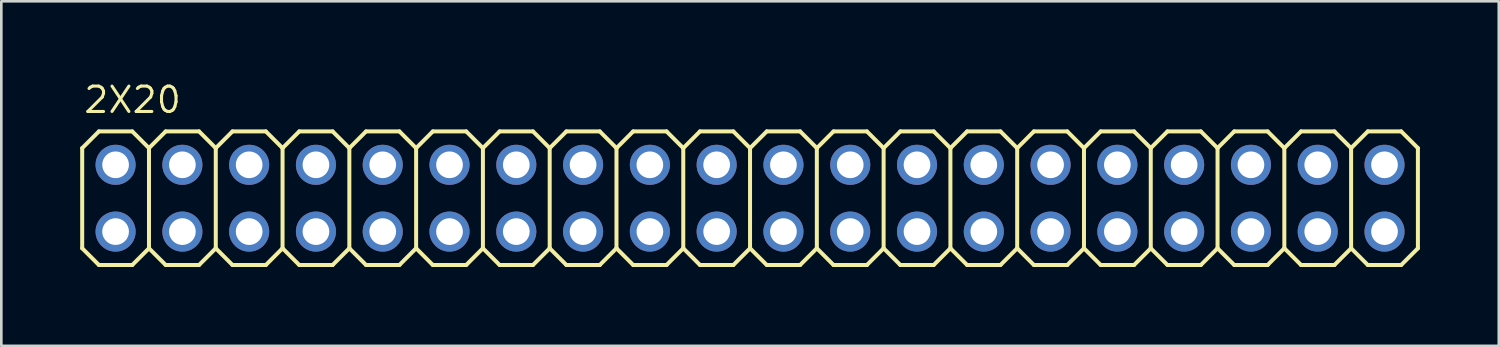
<source format=kicad_pcb>
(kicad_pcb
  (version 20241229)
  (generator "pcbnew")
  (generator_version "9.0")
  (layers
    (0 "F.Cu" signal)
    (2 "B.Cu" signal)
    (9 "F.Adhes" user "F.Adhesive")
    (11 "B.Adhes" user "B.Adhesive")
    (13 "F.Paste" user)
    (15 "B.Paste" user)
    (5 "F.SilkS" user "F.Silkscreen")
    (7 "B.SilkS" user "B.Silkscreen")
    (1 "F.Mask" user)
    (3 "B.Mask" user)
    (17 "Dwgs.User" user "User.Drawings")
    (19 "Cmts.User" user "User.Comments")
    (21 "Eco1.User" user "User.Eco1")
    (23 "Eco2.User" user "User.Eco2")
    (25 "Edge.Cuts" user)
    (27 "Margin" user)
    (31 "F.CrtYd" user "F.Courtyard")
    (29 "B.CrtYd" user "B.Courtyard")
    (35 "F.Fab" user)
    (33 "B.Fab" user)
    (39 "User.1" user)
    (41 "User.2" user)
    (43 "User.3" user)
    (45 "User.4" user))
  (footprint "2X20"
    (layer "F.Cu")
    (at 25.476 4.488)
    (property "Reference" "2X20" (at -25.4 -3.175 180) (layer "F.SilkS") (effects (font (size 0.965 0.965) (thickness 0.116)) (justify left bottom)))
    (attr through_hole)
    (fp_line (start -25.4 -1.905) (end -24.765 -2.54) (stroke (width 0.152) (type solid)) (layer "F.SilkS"))
    (fp_line (start -25.4 1.905) (end -25.4 -1.905) (stroke (width 0.152) (type solid)) (layer "F.SilkS"))
    (fp_line (start -25.4 1.905) (end -24.765 2.54) (stroke (width 0.152) (type solid)) (layer "F.SilkS"))
    (fp_line (start -24.765 -2.54) (end -23.495 -2.54) (stroke (width 0.152) (type solid)) (layer "F.SilkS"))
    (fp_line (start -24.765 2.54) (end -23.495 2.54) (stroke (width 0.152) (type solid)) (layer "F.SilkS"))
    (fp_line (start -23.495 -2.54) (end -22.86 -1.905) (stroke (width 0.152) (type solid)) (layer "F.SilkS"))
    (fp_line (start -23.495 2.54) (end -22.86 1.905) (stroke (width 0.152) (type solid)) (layer "F.SilkS"))
    (fp_line (start -22.86 -1.905) (end -22.86 1.905) (stroke (width 0.152) (type solid)) (layer "F.SilkS"))
    (fp_line (start -22.86 -1.905) (end -22.225 -2.54) (stroke (width 0.152) (type solid)) (layer "F.SilkS"))
    (fp_line (start -22.86 1.905) (end -22.225 2.54) (stroke (width 0.152) (type solid)) (layer "F.SilkS"))
    (fp_line (start -22.225 -2.54) (end -20.955 -2.54) (stroke (width 0.152) (type solid)) (layer "F.SilkS"))
    (fp_line (start -22.225 2.54) (end -20.955 2.54) (stroke (width 0.152) (type solid)) (layer "F.SilkS"))
    (fp_line (start -20.955 -2.54) (end -20.32 -1.905) (stroke (width 0.152) (type solid)) (layer "F.SilkS"))
    (fp_line (start -20.955 2.54) (end -20.32 1.905) (stroke (width 0.152) (type solid)) (layer "F.SilkS"))
    (fp_line (start -20.32 -1.905) (end -20.32 1.905) (stroke (width 0.152) (type solid)) (layer "F.SilkS"))
    (fp_line (start -20.32 -1.905) (end -19.685 -2.54) (stroke (width 0.152) (type solid)) (layer "F.SilkS"))
    (fp_line (start -20.32 1.905) (end -19.685 2.54) (stroke (width 0.152) (type solid)) (layer "F.SilkS"))
    (fp_line (start -19.685 -2.54) (end -18.415 -2.54) (stroke (width 0.152) (type solid)) (layer "F.SilkS"))
    (fp_line (start -19.685 2.54) (end -18.415 2.54) (stroke (width 0.152) (type solid)) (layer "F.SilkS"))
    (fp_line (start -18.415 -2.54) (end -17.78 -1.905) (stroke (width 0.152) (type solid)) (layer "F.SilkS"))
    (fp_line (start -18.415 2.54) (end -17.78 1.905) (stroke (width 0.152) (type solid)) (layer "F.SilkS"))
    (fp_line (start -17.78 -1.905) (end -17.78 1.905) (stroke (width 0.152) (type solid)) (layer "F.SilkS"))
    (fp_line (start -17.78 -1.905) (end -17.145 -2.54) (stroke (width 0.152) (type solid)) (layer "F.SilkS"))
    (fp_line (start -17.78 1.905) (end -17.145 2.54) (stroke (width 0.152) (type solid)) (layer "F.SilkS"))
    (fp_line (start -17.145 -2.54) (end -15.875 -2.54) (stroke (width 0.152) (type solid)) (layer "F.SilkS"))
    (fp_line (start -17.145 2.54) (end -15.875 2.54) (stroke (width 0.152) (type solid)) (layer "F.SilkS"))
    (fp_line (start -15.875 -2.54) (end -15.24 -1.905) (stroke (width 0.152) (type solid)) (layer "F.SilkS"))
    (fp_line (start -15.875 2.54) (end -15.24 1.905) (stroke (width 0.152) (type solid)) (layer "F.SilkS"))
    (fp_line (start -15.24 -1.905) (end -15.24 1.905) (stroke (width 0.152) (type solid)) (layer "F.SilkS"))
    (fp_line (start -15.24 -1.905) (end -14.605 -2.54) (stroke (width 0.152) (type solid)) (layer "F.SilkS"))
    (fp_line (start -15.24 1.905) (end -14.605 2.54) (stroke (width 0.152) (type solid)) (layer "F.SilkS"))
    (fp_line (start -14.605 -2.54) (end -13.335 -2.54) (stroke (width 0.152) (type solid)) (layer "F.SilkS"))
    (fp_line (start -14.605 2.54) (end -13.335 2.54) (stroke (width 0.152) (type solid)) (layer "F.SilkS"))
    (fp_line (start -13.335 -2.54) (end -12.7 -1.905) (stroke (width 0.152) (type solid)) (layer "F.SilkS"))
    (fp_line (start -13.335 2.54) (end -12.7 1.905) (stroke (width 0.152) (type solid)) (layer "F.SilkS"))
    (fp_line (start -12.7 -1.905) (end -12.7 1.905) (stroke (width 0.152) (type solid)) (layer "F.SilkS"))
    (fp_line (start -12.7 -1.905) (end -12.065 -2.54) (stroke (width 0.152) (type solid)) (layer "F.SilkS"))
    (fp_line (start -12.7 1.905) (end -12.065 2.54) (stroke (width 0.152) (type solid)) (layer "F.SilkS"))
    (fp_line (start -12.065 -2.54) (end -10.795 -2.54) (stroke (width 0.152) (type solid)) (layer "F.SilkS"))
    (fp_line (start -12.065 2.54) (end -10.795 2.54) (stroke (width 0.152) (type solid)) (layer "F.SilkS"))
    (fp_line (start -10.795 -2.54) (end -10.16 -1.905) (stroke (width 0.152) (type solid)) (layer "F.SilkS"))
    (fp_line (start -10.795 2.54) (end -10.16 1.905) (stroke (width 0.152) (type solid)) (layer "F.SilkS"))
    (fp_line (start -10.16 -1.905) (end -10.16 1.905) (stroke (width 0.152) (type solid)) (layer "F.SilkS"))
    (fp_line (start -10.16 -1.905) (end -9.525 -2.54) (stroke (width 0.152) (type solid)) (layer "F.SilkS"))
    (fp_line (start -10.16 1.905) (end -9.525 2.54) (stroke (width 0.152) (type solid)) (layer "F.SilkS"))
    (fp_line (start -9.525 -2.54) (end -8.255 -2.54) (stroke (width 0.152) (type solid)) (layer "F.SilkS"))
    (fp_line (start -8.255 -2.54) (end -7.62 -1.905) (stroke (width 0.152) (type solid)) (layer "F.SilkS"))
    (fp_line (start -8.255 2.54) (end -9.525 2.54) (stroke (width 0.152) (type solid)) (layer "F.SilkS"))
    (fp_line (start -7.62 -1.905) (end -7.62 1.905) (stroke (width 0.152) (type solid)) (layer "F.SilkS"))
    (fp_line (start -7.62 -1.905) (end -6.985 -2.54) (stroke (width 0.152) (type solid)) (layer "F.SilkS"))
    (fp_line (start -7.62 1.905) (end -8.255 2.54) (stroke (width 0.152) (type solid)) (layer "F.SilkS"))
    (fp_line (start -7.62 1.905) (end -6.985 2.54) (stroke (width 0.152) (type solid)) (layer "F.SilkS"))
    (fp_line (start -6.985 -2.54) (end -5.715 -2.54) (stroke (width 0.152) (type solid)) (layer "F.SilkS"))
    (fp_line (start -5.715 -2.54) (end -5.08 -1.905) (stroke (width 0.152) (type solid)) (layer "F.SilkS"))
    (fp_line (start -5.715 2.54) (end -6.985 2.54) (stroke (width 0.152) (type solid)) (layer "F.SilkS"))
    (fp_line (start -5.08 -1.905) (end -5.08 1.905) (stroke (width 0.152) (type solid)) (layer "F.SilkS"))
    (fp_line (start -5.08 -1.905) (end -4.445 -2.54) (stroke (width 0.152) (type solid)) (layer "F.SilkS"))
    (fp_line (start -5.08 1.905) (end -5.715 2.54) (stroke (width 0.152) (type solid)) (layer "F.SilkS"))
    (fp_line (start -5.08 1.905) (end -4.445 2.54) (stroke (width 0.152) (type solid)) (layer "F.SilkS"))
    (fp_line (start -4.445 -2.54) (end -3.175 -2.54) (stroke (width 0.152) (type solid)) (layer "F.SilkS"))
    (fp_line (start -3.175 -2.54) (end -2.54 -1.905) (stroke (width 0.152) (type solid)) (layer "F.SilkS"))
    (fp_line (start -3.175 2.54) (end -4.445 2.54) (stroke (width 0.152) (type solid)) (layer "F.SilkS"))
    (fp_line (start -2.54 -1.905) (end -2.54 1.905) (stroke (width 0.152) (type solid)) (layer "F.SilkS"))
    (fp_line (start -2.54 -1.905) (end -1.905 -2.54) (stroke (width 0.152) (type solid)) (layer "F.SilkS"))
    (fp_line (start -2.54 1.905) (end -3.175 2.54) (stroke (width 0.152) (type solid)) (layer "F.SilkS"))
    (fp_line (start -2.54 1.905) (end -1.905 2.54) (stroke (width 0.152) (type solid)) (layer "F.SilkS"))
    (fp_line (start -1.905 -2.54) (end -0.635 -2.54) (stroke (width 0.152) (type solid)) (layer "F.SilkS"))
    (fp_line (start -0.635 -2.54) (end 0 -1.905) (stroke (width 0.152) (type solid)) (layer "F.SilkS"))
    (fp_line (start -0.635 2.54) (end -1.905 2.54) (stroke (width 0.152) (type solid)) (layer "F.SilkS"))
    (fp_line (start 0 -1.905) (end 0 1.905) (stroke (width 0.152) (type solid)) (layer "F.SilkS"))
    (fp_line (start 0 -1.905) (end 0.635 -2.54) (stroke (width 0.152) (type solid)) (layer "F.SilkS"))
    (fp_line (start 0 1.905) (end -0.635 2.54) (stroke (width 0.152) (type solid)) (layer "F.SilkS"))
    (fp_line (start 0 1.905) (end 0.635 2.54) (stroke (width 0.152) (type solid)) (layer "F.SilkS"))
    (fp_line (start 0.635 -2.54) (end 1.905 -2.54) (stroke (width 0.152) (type solid)) (layer "F.SilkS"))
    (fp_line (start 1.905 -2.54) (end 2.54 -1.905) (stroke (width 0.152) (type solid)) (layer "F.SilkS"))
    (fp_line (start 1.905 2.54) (end 0.635 2.54) (stroke (width 0.152) (type solid)) (layer "F.SilkS"))
    (fp_line (start 2.54 -1.905) (end 2.54 1.905) (stroke (width 0.152) (type solid)) (layer "F.SilkS"))
    (fp_line (start 2.54 -1.905) (end 3.175 -2.54) (stroke (width 0.152) (type solid)) (layer "F.SilkS"))
    (fp_line (start 2.54 1.905) (end 1.905 2.54) (stroke (width 0.152) (type solid)) (layer "F.SilkS"))
    (fp_line (start 2.54 1.905) (end 3.175 2.54) (stroke (width 0.152) (type solid)) (layer "F.SilkS"))
    (fp_line (start 3.175 -2.54) (end 4.445 -2.54) (stroke (width 0.152) (type solid)) (layer "F.SilkS"))
    (fp_line (start 4.445 2.54) (end 3.175 2.54) (stroke (width 0.152) (type solid)) (layer "F.SilkS"))
    (fp_line (start 5.08 -1.905) (end 4.445 -2.54) (stroke (width 0.152) (type solid)) (layer "F.SilkS"))
    (fp_line (start 5.08 -1.905) (end 5.08 1.905) (stroke (width 0.152) (type solid)) (layer "F.SilkS"))
    (fp_line (start 5.08 -1.905) (end 5.715 -2.54) (stroke (width 0.152) (type solid)) (layer "F.SilkS"))
    (fp_line (start 5.08 1.905) (end 4.445 2.54) (stroke (width 0.152) (type solid)) (layer "F.SilkS"))
    (fp_line (start 5.08 1.905) (end 5.715 2.54) (stroke (width 0.152) (type solid)) (layer "F.SilkS"))
    (fp_line (start 6.985 -2.54) (end 5.715 -2.54) (stroke (width 0.152) (type solid)) (layer "F.SilkS"))
    (fp_line (start 6.985 -2.54) (end 7.62 -1.905) (stroke (width 0.152) (type solid)) (layer "F.SilkS"))
    (fp_line (start 6.985 2.54) (end 5.715 2.54) (stroke (width 0.152) (type solid)) (layer "F.SilkS"))
    (fp_line (start 7.62 -1.905) (end 7.62 1.905) (stroke (width 0.152) (type solid)) (layer "F.SilkS"))
    (fp_line (start 7.62 -1.905) (end 8.255 -2.54) (stroke (width 0.152) (type solid)) (layer "F.SilkS"))
    (fp_line (start 7.62 1.905) (end 6.985 2.54) (stroke (width 0.152) (type solid)) (layer "F.SilkS"))
    (fp_line (start 7.62 1.905) (end 8.255 2.54) (stroke (width 0.152) (type solid)) (layer "F.SilkS"))
    (fp_line (start 9.525 -2.54) (end 8.255 -2.54) (stroke (width 0.152) (type solid)) (layer "F.SilkS"))
    (fp_line (start 9.525 -2.54) (end 10.16 -1.905) (stroke (width 0.152) (type solid)) (layer "F.SilkS"))
    (fp_line (start 9.525 2.54) (end 8.255 2.54) (stroke (width 0.152) (type solid)) (layer "F.SilkS"))
    (fp_line (start 10.16 -1.905) (end 10.16 1.905) (stroke (width 0.152) (type solid)) (layer "F.SilkS"))
    (fp_line (start 10.16 -1.905) (end 10.795 -2.54) (stroke (width 0.152) (type solid)) (layer "F.SilkS"))
    (fp_line (start 10.16 1.905) (end 9.525 2.54) (stroke (width 0.152) (type solid)) (layer "F.SilkS"))
    (fp_line (start 10.795 2.54) (end 10.16 1.905) (stroke (width 0.152) (type solid)) (layer "F.SilkS"))
    (fp_line (start 10.795 2.54) (end 12.065 2.54) (stroke (width 0.152) (type solid)) (layer "F.SilkS"))
    (fp_line (start 12.065 -2.54) (end 10.795 -2.54) (stroke (width 0.152) (type solid)) (layer "F.SilkS"))
    (fp_line (start 12.065 -2.54) (end 12.7 -1.905) (stroke (width 0.152) (type solid)) (layer "F.SilkS"))
    (fp_line (start 12.7 -1.905) (end 12.7 1.905) (stroke (width 0.152) (type solid)) (layer "F.SilkS"))
    (fp_line (start 12.7 -1.905) (end 13.335 -2.54) (stroke (width 0.152) (type solid)) (layer "F.SilkS"))
    (fp_line (start 12.7 1.905) (end 12.065 2.54) (stroke (width 0.152) (type solid)) (layer "F.SilkS"))
    (fp_line (start 13.335 2.54) (end 12.7 1.905) (stroke (width 0.152) (type solid)) (layer "F.SilkS"))
    (fp_line (start 13.335 2.54) (end 14.605 2.54) (stroke (width 0.152) (type solid)) (layer "F.SilkS"))
    (fp_line (start 14.605 -2.54) (end 13.335 -2.54) (stroke (width 0.152) (type solid)) (layer "F.SilkS"))
    (fp_line (start 14.605 -2.54) (end 15.24 -1.905) (stroke (width 0.152) (type solid)) (layer "F.SilkS"))
    (fp_line (start 15.24 -1.905) (end 15.24 1.905) (stroke (width 0.152) (type solid)) (layer "F.SilkS"))
    (fp_line (start 15.24 -1.905) (end 15.875 -2.54) (stroke (width 0.152) (type solid)) (layer "F.SilkS"))
    (fp_line (start 15.24 1.905) (end 14.605 2.54) (stroke (width 0.152) (type solid)) (layer "F.SilkS"))
    (fp_line (start 15.24 1.905) (end 15.875 2.54) (stroke (width 0.152) (type solid)) (layer "F.SilkS"))
    (fp_line (start 17.145 -2.54) (end 15.875 -2.54) (stroke (width 0.152) (type solid)) (layer "F.SilkS"))
    (fp_line (start 17.145 -2.54) (end 17.78 -1.905) (stroke (width 0.152) (type solid)) (layer "F.SilkS"))
    (fp_line (start 17.145 2.54) (end 15.875 2.54) (stroke (width 0.152) (type solid)) (layer "F.SilkS"))
    (fp_line (start 17.78 -1.905) (end 17.78 1.905) (stroke (width 0.152) (type solid)) (layer "F.SilkS"))
    (fp_line (start 17.78 -1.905) (end 18.415 -2.54) (stroke (width 0.152) (type solid)) (layer "F.SilkS"))
    (fp_line (start 17.78 1.905) (end 17.145 2.54) (stroke (width 0.152) (type solid)) (layer "F.SilkS"))
    (fp_line (start 17.78 1.905) (end 18.415 2.54) (stroke (width 0.152) (type solid)) (layer "F.SilkS"))
    (fp_line (start 19.685 -2.54) (end 18.415 -2.54) (stroke (width 0.152) (type solid)) (layer "F.SilkS"))
    (fp_line (start 19.685 -2.54) (end 20.32 -1.905) (stroke (width 0.152) (type solid)) (layer "F.SilkS"))
    (fp_line (start 19.685 2.54) (end 18.415 2.54) (stroke (width 0.152) (type solid)) (layer "F.SilkS"))
    (fp_line (start 20.32 -1.905) (end 20.32 1.905) (stroke (width 0.152) (type solid)) (layer "F.SilkS"))
    (fp_line (start 20.32 -1.905) (end 20.955 -2.54) (stroke (width 0.152) (type solid)) (layer "F.SilkS"))
    (fp_line (start 20.32 1.905) (end 19.685 2.54) (stroke (width 0.152) (type solid)) (layer "F.SilkS"))
    (fp_line (start 20.32 1.905) (end 20.955 2.54) (stroke (width 0.152) (type solid)) (layer "F.SilkS"))
    (fp_line (start 22.225 -2.54) (end 20.955 -2.54) (stroke (width 0.152) (type solid)) (layer "F.SilkS"))
    (fp_line (start 22.225 -2.54) (end 22.86 -1.905) (stroke (width 0.152) (type solid)) (layer "F.SilkS"))
    (fp_line (start 22.225 2.54) (end 20.955 2.54) (stroke (width 0.152) (type solid)) (layer "F.SilkS"))
    (fp_line (start 22.86 -1.905) (end 22.86 1.905) (stroke (width 0.152) (type solid)) (layer "F.SilkS"))
    (fp_line (start 22.86 -1.905) (end 23.495 -2.54) (stroke (width 0.152) (type solid)) (layer "F.SilkS"))
    (fp_line (start 22.86 1.905) (end 22.225 2.54) (stroke (width 0.152) (type solid)) (layer "F.SilkS"))
    (fp_line (start 22.86 1.905) (end 23.495 2.54) (stroke (width 0.152) (type solid)) (layer "F.SilkS"))
    (fp_line (start 24.765 -2.54) (end 23.495 -2.54) (stroke (width 0.152) (type solid)) (layer "F.SilkS"))
    (fp_line (start 24.765 -2.54) (end 25.4 -1.905) (stroke (width 0.152) (type solid)) (layer "F.SilkS"))
    (fp_line (start 24.765 2.54) (end 23.495 2.54) (stroke (width 0.152) (type solid)) (layer "F.SilkS"))
    (fp_line (start 25.4 -1.905) (end 25.4 1.905) (stroke (width 0.152) (type solid)) (layer "F.SilkS"))
    (fp_line (start 25.4 1.905) (end 24.765 2.54) (stroke (width 0.152) (type solid)) (layer "F.SilkS"))
    (fp_poly (pts (xy -24.384 -1.016) (xy -23.876 -1.016) (xy -23.876 -1.524) (xy -24.384 -1.524)) (stroke (width 0.1) (type solid)) (fill no) (layer "F.Fab"))
    (fp_poly (pts (xy -24.384 1.524) (xy -23.876 1.524) (xy -23.876 1.016) (xy -24.384 1.016)) (stroke (width 0.1) (type solid)) (fill no) (layer "F.Fab"))
    (fp_poly (pts (xy -21.844 -1.016) (xy -21.336 -1.016) (xy -21.336 -1.524) (xy -21.844 -1.524)) (stroke (width 0.1) (type solid)) (fill no) (layer "F.Fab"))
    (fp_poly (pts (xy -21.844 1.524) (xy -21.336 1.524) (xy -21.336 1.016) (xy -21.844 1.016)) (stroke (width 0.1) (type solid)) (fill no) (layer "F.Fab"))
    (fp_poly (pts (xy -19.304 -1.016) (xy -18.796 -1.016) (xy -18.796 -1.524) (xy -19.304 -1.524)) (stroke (width 0.1) (type solid)) (fill no) (layer "F.Fab"))
    (fp_poly (pts (xy -19.304 1.524) (xy -18.796 1.524) (xy -18.796 1.016) (xy -19.304 1.016)) (stroke (width 0.1) (type solid)) (fill no) (layer "F.Fab"))
    (fp_poly (pts (xy -16.764 -1.016) (xy -16.256 -1.016) (xy -16.256 -1.524) (xy -16.764 -1.524)) (stroke (width 0.1) (type solid)) (fill no) (layer "F.Fab"))
    (fp_poly (pts (xy -16.764 1.524) (xy -16.256 1.524) (xy -16.256 1.016) (xy -16.764 1.016)) (stroke (width 0.1) (type solid)) (fill no) (layer "F.Fab"))
    (fp_poly (pts (xy -14.224 -1.016) (xy -13.716 -1.016) (xy -13.716 -1.524) (xy -14.224 -1.524)) (stroke (width 0.1) (type solid)) (fill no) (layer "F.Fab"))
    (fp_poly (pts (xy -14.224 1.524) (xy -13.716 1.524) (xy -13.716 1.016) (xy -14.224 1.016)) (stroke (width 0.1) (type solid)) (fill no) (layer "F.Fab"))
    (fp_poly (pts (xy -11.684 -1.016) (xy -11.176 -1.016) (xy -11.176 -1.524) (xy -11.684 -1.524)) (stroke (width 0.1) (type solid)) (fill no) (layer "F.Fab"))
    (fp_poly (pts (xy -11.684 1.524) (xy -11.176 1.524) (xy -11.176 1.016) (xy -11.684 1.016)) (stroke (width 0.1) (type solid)) (fill no) (layer "F.Fab"))
    (fp_poly (pts (xy -9.144 -1.016) (xy -8.636 -1.016) (xy -8.636 -1.524) (xy -9.144 -1.524)) (stroke (width 0.1) (type solid)) (fill no) (layer "F.Fab"))
    (fp_poly (pts (xy -9.144 1.524) (xy -8.636 1.524) (xy -8.636 1.016) (xy -9.144 1.016)) (stroke (width 0.1) (type solid)) (fill no) (layer "F.Fab"))
    (fp_poly (pts (xy -6.604 -1.016) (xy -6.096 -1.016) (xy -6.096 -1.524) (xy -6.604 -1.524)) (stroke (width 0.1) (type solid)) (fill no) (layer "F.Fab"))
    (fp_poly (pts (xy -6.604 1.524) (xy -6.096 1.524) (xy -6.096 1.016) (xy -6.604 1.016)) (stroke (width 0.1) (type solid)) (fill no) (layer "F.Fab"))
    (fp_poly (pts (xy -4.064 -1.016) (xy -3.556 -1.016) (xy -3.556 -1.524) (xy -4.064 -1.524)) (stroke (width 0.1) (type solid)) (fill no) (layer "F.Fab"))
    (fp_poly (pts (xy -4.064 1.524) (xy -3.556 1.524) (xy -3.556 1.016) (xy -4.064 1.016)) (stroke (width 0.1) (type solid)) (fill no) (layer "F.Fab"))
    (fp_poly (pts (xy -1.524 -1.016) (xy -1.016 -1.016) (xy -1.016 -1.524) (xy -1.524 -1.524)) (stroke (width 0.1) (type solid)) (fill no) (layer "F.Fab"))
    (fp_poly (pts (xy -1.524 1.524) (xy -1.016 1.524) (xy -1.016 1.016) (xy -1.524 1.016)) (stroke (width 0.1) (type solid)) (fill no) (layer "F.Fab"))
    (fp_poly (pts (xy 1.016 -1.016) (xy 1.524 -1.016) (xy 1.524 -1.524) (xy 1.016 -1.524)) (stroke (width 0.1) (type solid)) (fill no) (layer "F.Fab"))
    (fp_poly (pts (xy 1.016 1.524) (xy 1.524 1.524) (xy 1.524 1.016) (xy 1.016 1.016)) (stroke (width 0.1) (type solid)) (fill no) (layer "F.Fab"))
    (fp_poly (pts (xy 3.556 -1.016) (xy 4.064 -1.016) (xy 4.064 -1.524) (xy 3.556 -1.524)) (stroke (width 0.1) (type solid)) (fill no) (layer "F.Fab"))
    (fp_poly (pts (xy 3.556 1.524) (xy 4.064 1.524) (xy 4.064 1.016) (xy 3.556 1.016)) (stroke (width 0.1) (type solid)) (fill no) (layer "F.Fab"))
    (fp_poly (pts (xy 6.096 -1.016) (xy 6.604 -1.016) (xy 6.604 -1.524) (xy 6.096 -1.524)) (stroke (width 0.1) (type solid)) (fill no) (layer "F.Fab"))
    (fp_poly (pts (xy 6.096 1.524) (xy 6.604 1.524) (xy 6.604 1.016) (xy 6.096 1.016)) (stroke (width 0.1) (type solid)) (fill no) (layer "F.Fab"))
    (fp_poly (pts (xy 8.636 -1.016) (xy 9.144 -1.016) (xy 9.144 -1.524) (xy 8.636 -1.524)) (stroke (width 0.1) (type solid)) (fill no) (layer "F.Fab"))
    (fp_poly (pts (xy 8.636 1.524) (xy 9.144 1.524) (xy 9.144 1.016) (xy 8.636 1.016)) (stroke (width 0.1) (type solid)) (fill no) (layer "F.Fab"))
    (fp_poly (pts (xy 11.176 -1.016) (xy 11.684 -1.016) (xy 11.684 -1.524) (xy 11.176 -1.524)) (stroke (width 0.1) (type solid)) (fill no) (layer "F.Fab"))
    (fp_poly (pts (xy 11.176 1.524) (xy 11.684 1.524) (xy 11.684 1.016) (xy 11.176 1.016)) (stroke (width 0.1) (type solid)) (fill no) (layer "F.Fab"))
    (fp_poly (pts (xy 13.716 -1.016) (xy 14.224 -1.016) (xy 14.224 -1.524) (xy 13.716 -1.524)) (stroke (width 0.1) (type solid)) (fill no) (layer "F.Fab"))
    (fp_poly (pts (xy 13.716 1.524) (xy 14.224 1.524) (xy 14.224 1.016) (xy 13.716 1.016)) (stroke (width 0.1) (type solid)) (fill no) (layer "F.Fab"))
    (fp_poly (pts (xy 16.256 -1.016) (xy 16.764 -1.016) (xy 16.764 -1.524) (xy 16.256 -1.524)) (stroke (width 0.1) (type solid)) (fill no) (layer "F.Fab"))
    (fp_poly (pts (xy 16.256 1.524) (xy 16.764 1.524) (xy 16.764 1.016) (xy 16.256 1.016)) (stroke (width 0.1) (type solid)) (fill no) (layer "F.Fab"))
    (fp_poly (pts (xy 18.796 -1.016) (xy 19.304 -1.016) (xy 19.304 -1.524) (xy 18.796 -1.524)) (stroke (width 0.1) (type solid)) (fill no) (layer "F.Fab"))
    (fp_poly (pts (xy 18.796 1.524) (xy 19.304 1.524) (xy 19.304 1.016) (xy 18.796 1.016)) (stroke (width 0.1) (type solid)) (fill no) (layer "F.Fab"))
    (fp_poly (pts (xy 21.336 -1.016) (xy 21.844 -1.016) (xy 21.844 -1.524) (xy 21.336 -1.524)) (stroke (width 0.1) (type solid)) (fill no) (layer "F.Fab"))
    (fp_poly (pts (xy 21.336 1.524) (xy 21.844 1.524) (xy 21.844 1.016) (xy 21.336 1.016)) (stroke (width 0.1) (type solid)) (fill no) (layer "F.Fab"))
    (fp_poly (pts (xy 23.876 -1.016) (xy 24.384 -1.016) (xy 24.384 -1.524) (xy 23.876 -1.524)) (stroke (width 0.1) (type solid)) (fill no) (layer "F.Fab"))
    (fp_poly (pts (xy 23.876 1.524) (xy 24.384 1.524) (xy 24.384 1.016) (xy 23.876 1.016)) (stroke (width 0.1) (type solid)) (fill no) (layer "F.Fab"))
    (pad "1" thru_hole circle (at -24.13 1.27) (size 1.524 1.524) (drill 1.016) (layers "*.Cu" "*.Mask"))
    (pad "2" thru_hole circle (at -24.13 -1.27) (size 1.524 1.524) (drill 1.016) (layers "*.Cu" "*.Mask"))
    (pad "3" thru_hole circle (at -21.59 1.27) (size 1.524 1.524) (drill 1.016) (layers "*.Cu" "*.Mask"))
    (pad "4" thru_hole circle (at -21.59 -1.27) (size 1.524 1.524) (drill 1.016) (layers "*.Cu" "*.Mask"))
    (pad "5" thru_hole circle (at -19.05 1.27) (size 1.524 1.524) (drill 1.016) (layers "*.Cu" "*.Mask"))
    (pad "6" thru_hole circle (at -19.05 -1.27) (size 1.524 1.524) (drill 1.016) (layers "*.Cu" "*.Mask"))
    (pad "7" thru_hole circle (at -16.51 1.27) (size 1.524 1.524) (drill 1.016) (layers "*.Cu" "*.Mask"))
    (pad "8" thru_hole circle (at -16.51 -1.27) (size 1.524 1.524) (drill 1.016) (layers "*.Cu" "*.Mask"))
    (pad "9" thru_hole circle (at -13.97 1.27) (size 1.524 1.524) (drill 1.016) (layers "*.Cu" "*.Mask"))
    (pad "10" thru_hole circle (at -13.97 -1.27) (size 1.524 1.524) (drill 1.016) (layers "*.Cu" "*.Mask"))
    (pad "11" thru_hole circle (at -11.43 1.27) (size 1.524 1.524) (drill 1.016) (layers "*.Cu" "*.Mask"))
    (pad "12" thru_hole circle (at -11.43 -1.27) (size 1.524 1.524) (drill 1.016) (layers "*.Cu" "*.Mask"))
    (pad "13" thru_hole circle (at -8.89 1.27) (size 1.524 1.524) (drill 1.016) (layers "*.Cu" "*.Mask"))
    (pad "14" thru_hole circle (at -8.89 -1.27) (size 1.524 1.524) (drill 1.016) (layers "*.Cu" "*.Mask"))
    (pad "15" thru_hole circle (at -6.35 1.27) (size 1.524 1.524) (drill 1.016) (layers "*.Cu" "*.Mask"))
    (pad "16" thru_hole circle (at -6.35 -1.27) (size 1.524 1.524) (drill 1.016) (layers "*.Cu" "*.Mask"))
    (pad "17" thru_hole circle (at -3.81 1.27) (size 1.524 1.524) (drill 1.016) (layers "*.Cu" "*.Mask"))
    (pad "18" thru_hole circle (at -3.81 -1.27) (size 1.524 1.524) (drill 1.016) (layers "*.Cu" "*.Mask"))
    (pad "19" thru_hole circle (at -1.27 1.27) (size 1.524 1.524) (drill 1.016) (layers "*.Cu" "*.Mask"))
    (pad "20" thru_hole circle (at -1.27 -1.27) (size 1.524 1.524) (drill 1.016) (layers "*.Cu" "*.Mask"))
    (pad "21" thru_hole circle (at 1.27 1.27) (size 1.524 1.524) (drill 1.016) (layers "*.Cu" "*.Mask"))
    (pad "22" thru_hole circle (at 1.27 -1.27) (size 1.524 1.524) (drill 1.016) (layers "*.Cu" "*.Mask"))
    (pad "23" thru_hole circle (at 3.81 1.27) (size 1.524 1.524) (drill 1.016) (layers "*.Cu" "*.Mask"))
    (pad "24" thru_hole circle (at 3.81 -1.27) (size 1.524 1.524) (drill 1.016) (layers "*.Cu" "*.Mask"))
    (pad "25" thru_hole circle (at 6.35 1.27) (size 1.524 1.524) (drill 1.016) (layers "*.Cu" "*.Mask"))
    (pad "26" thru_hole circle (at 6.35 -1.27) (size 1.524 1.524) (drill 1.016) (layers "*.Cu" "*.Mask"))
    (pad "27" thru_hole circle (at 8.89 1.27) (size 1.524 1.524) (drill 1.016) (layers "*.Cu" "*.Mask"))
    (pad "28" thru_hole circle (at 8.89 -1.27) (size 1.524 1.524) (drill 1.016) (layers "*.Cu" "*.Mask"))
    (pad "29" thru_hole circle (at 11.43 1.27) (size 1.524 1.524) (drill 1.016) (layers "*.Cu" "*.Mask"))
    (pad "30" thru_hole circle (at 11.43 -1.27) (size 1.524 1.524) (drill 1.016) (layers "*.Cu" "*.Mask"))
    (pad "31" thru_hole circle (at 13.97 1.27) (size 1.524 1.524) (drill 1.016) (layers "*.Cu" "*.Mask"))
    (pad "32" thru_hole circle (at 13.97 -1.27) (size 1.524 1.524) (drill 1.016) (layers "*.Cu" "*.Mask"))
    (pad "33" thru_hole circle (at 16.51 1.27) (size 1.524 1.524) (drill 1.016) (layers "*.Cu" "*.Mask"))
    (pad "34" thru_hole circle (at 16.51 -1.27) (size 1.524 1.524) (drill 1.016) (layers "*.Cu" "*.Mask"))
    (pad "35" thru_hole circle (at 19.05 1.27) (size 1.524 1.524) (drill 1.016) (layers "*.Cu" "*.Mask"))
    (pad "36" thru_hole circle (at 19.05 -1.27) (size 1.524 1.524) (drill 1.016) (layers "*.Cu" "*.Mask"))
    (pad "37" thru_hole circle (at 21.59 1.27) (size 1.524 1.524) (drill 1.016) (layers "*.Cu" "*.Mask"))
    (pad "38" thru_hole circle (at 21.59 -1.27) (size 1.524 1.524) (drill 1.016) (layers "*.Cu" "*.Mask"))
    (pad "39" thru_hole circle (at 24.13 1.27) (size 1.524 1.524) (drill 1.016) (layers "*.Cu" "*.Mask"))
    (pad "40" thru_hole circle (at 24.13 -1.27) (size 1.524 1.524) (drill 1.016) (layers "*.Cu" "*.Mask")))
  (gr_rect
    (start -3 -3)
    (end 53.952 10.104)
    (stroke (width 0.1) (type default))
    (fill no)
    (layer "Edge.Cuts")))
</source>
